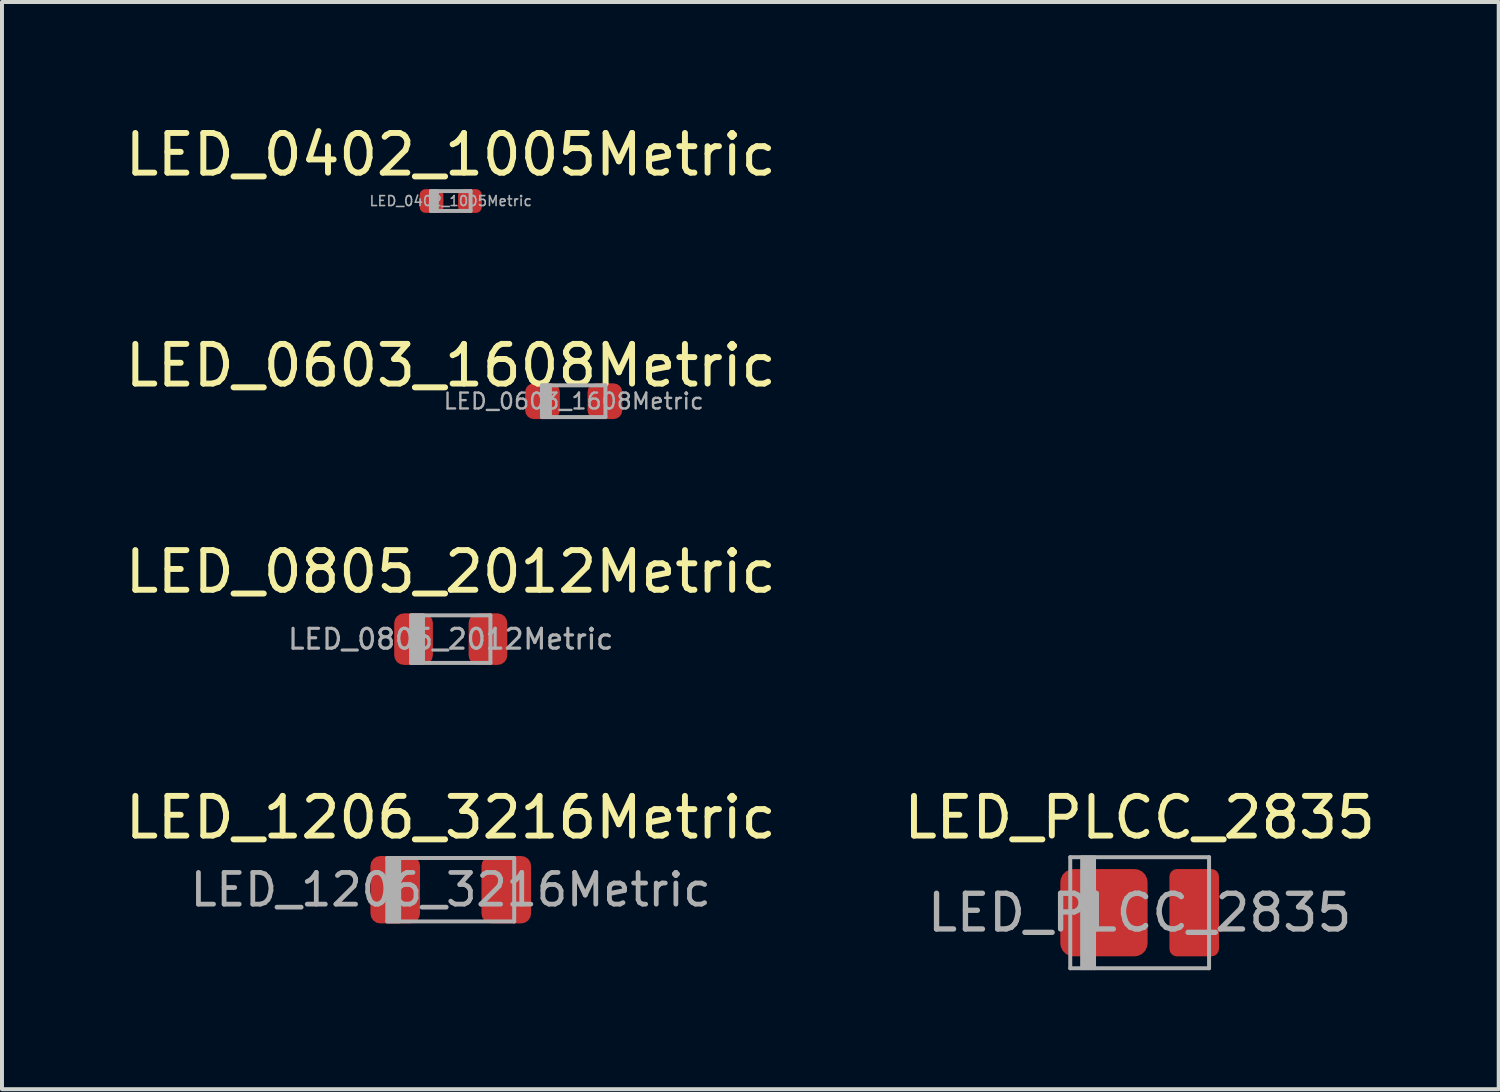
<source format=kicad_pcb>
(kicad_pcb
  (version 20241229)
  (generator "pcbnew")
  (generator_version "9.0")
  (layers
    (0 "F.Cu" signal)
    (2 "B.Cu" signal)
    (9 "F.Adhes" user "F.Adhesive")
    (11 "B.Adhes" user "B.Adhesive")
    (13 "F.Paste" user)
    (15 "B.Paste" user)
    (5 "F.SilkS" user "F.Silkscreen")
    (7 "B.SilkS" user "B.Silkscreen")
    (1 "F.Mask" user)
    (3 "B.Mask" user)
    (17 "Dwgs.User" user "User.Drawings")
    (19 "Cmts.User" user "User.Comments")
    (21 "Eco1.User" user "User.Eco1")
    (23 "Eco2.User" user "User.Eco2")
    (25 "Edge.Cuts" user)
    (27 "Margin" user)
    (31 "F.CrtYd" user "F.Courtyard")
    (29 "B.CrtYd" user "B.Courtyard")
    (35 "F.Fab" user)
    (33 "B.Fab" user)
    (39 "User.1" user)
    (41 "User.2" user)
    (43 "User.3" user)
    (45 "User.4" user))
  (footprint "LED_PLCC_2835"
    (layer "F.Cu")
    (at 25.685 19.963)
    (property "Reference" "LED_PLCC_2835" (at 0 -2.4 0) (layer "F.SilkS") (effects (font (size 1 1) (thickness 0.15))))
    (attr smd)
    (fp_line (start -1.75 -1.4) (end 1.75 -1.4) (stroke (width 0.1) (type solid)) (layer "F.Fab"))
    (fp_line (start -1.75 1.4) (end -1.75 -1.4) (stroke (width 0.1) (type solid)) (layer "F.Fab"))
    (fp_line (start -1.45 1.4) (end -1.45 -1.4) (stroke (width 0.1) (type solid)) (layer "F.Fab"))
    (fp_line (start -1.375 1.4) (end -1.375 -1.4) (stroke (width 0.1) (type solid)) (layer "F.Fab"))
    (fp_line (start -1.3 1.4) (end -1.3 -1.4) (stroke (width 0.1) (type solid)) (layer "F.Fab"))
    (fp_line (start -1.225 1.4) (end -1.225 -1.4) (stroke (width 0.1) (type solid)) (layer "F.Fab"))
    (fp_line (start -1.15 1.4) (end -1.15 -1.4) (stroke (width 0.1) (type solid)) (layer "F.Fab"))
    (fp_line (start 1.75 -1.4) (end 1.75 1.4) (stroke (width 0.1) (type solid)) (layer "F.Fab"))
    (fp_line (start 1.75 1.4) (end -1.75 1.4) (stroke (width 0.1) (type solid)) (layer "F.Fab"))
    (fp_text user "${REFERENCE}" (at 0 0 0) (layer "F.Fab") (effects (font (size 0.9 0.9) (thickness 0.135))))
    (pad "1" smd roundrect (at -0.9 0) (size 2.2 2.2) (layers "F.Cu" "F.Mask" "F.Paste") (roundrect_rratio 0.15))
    (pad "2" smd roundrect (at 1.375 0) (size 1.25 2.2) (layers "F.Cu" "F.Mask" "F.Paste") (roundrect_rratio 0.15)))
  (footprint "LED_0805_2012Metric"
    (layer "F.Cu")
    (at 8.315 13.065)
    (property "Reference" "LED_0805_2012Metric" (at 0 -1.7 0) (layer "F.SilkS") (effects (font (size 1 1) (thickness 0.15))))
    (attr smd)
    (fp_line (start -1 -0.6) (end -1 0.6) (stroke (width 0.1) (type solid)) (layer "F.Fab"))
    (fp_line (start -1 0.6) (end 1 0.6) (stroke (width 0.1) (type solid)) (layer "F.Fab"))
    (fp_line (start -0.95 0.6) (end -0.95 -0.6) (stroke (width 0.1) (type solid)) (layer "F.Fab"))
    (fp_line (start -0.9 0.6) (end -0.9 -0.6) (stroke (width 0.1) (type solid)) (layer "F.Fab"))
    (fp_line (start -0.85 0.6) (end -0.85 -0.6) (stroke (width 0.1) (type solid)) (layer "F.Fab"))
    (fp_line (start -0.8 0.6) (end -0.8 -0.6) (stroke (width 0.1) (type solid)) (layer "F.Fab"))
    (fp_line (start -0.75 0.6) (end -0.75 -0.6) (stroke (width 0.1) (type solid)) (layer "F.Fab"))
    (fp_line (start -0.7 0.6) (end -0.7 -0.6) (stroke (width 0.1) (type solid)) (layer "F.Fab"))
    (fp_line (start 1 -0.6) (end -1 -0.6) (stroke (width 0.1) (type solid)) (layer "F.Fab"))
    (fp_line (start 1 0.6) (end 1 -0.6) (stroke (width 0.1) (type solid)) (layer "F.Fab"))
    (fp_text user "${REFERENCE}" (at 0 0 0) (layer "F.Fab") (effects (font (size 0.5 0.5) (thickness 0.08))))
    (pad "1" smd roundrect (at -0.938 0) (size 0.975 1.3) (layers "F.Cu" "F.Mask" "F.Paste") (roundrect_rratio 0.25))
    (pad "2" smd roundrect (at 0.938 0) (size 0.975 1.3) (layers "F.Cu" "F.Mask" "F.Paste") (roundrect_rratio 0.25)))
  (footprint "LED_0402_1005Metric"
    (layer "F.Cu")
    (at 8.315 2.018)
    (property "Reference" "LED_0402_1005Metric" (at 0 -1.17 0) (layer "F.SilkS") (effects (font (size 1 1) (thickness 0.15))))
    (attr smd)
    (fp_line (start -0.5 -0.25) (end 0.5 -0.25) (stroke (width 0.1) (type solid)) (layer "F.Fab"))
    (fp_line (start -0.5 0.25) (end -0.5 -0.25) (stroke (width 0.1) (type solid)) (layer "F.Fab"))
    (fp_line (start -0.45 0.25) (end -0.45 -0.25) (stroke (width 0.1) (type solid)) (layer "F.Fab"))
    (fp_line (start -0.4 0.25) (end -0.4 -0.25) (stroke (width 0.1) (type solid)) (layer "F.Fab"))
    (fp_line (start -0.35 0.25) (end -0.35 -0.25) (stroke (width 0.1) (type solid)) (layer "F.Fab"))
    (fp_line (start 0.5 -0.25) (end 0.5 0.25) (stroke (width 0.1) (type solid)) (layer "F.Fab"))
    (fp_line (start 0.5 0.25) (end -0.5 0.25) (stroke (width 0.1) (type solid)) (layer "F.Fab"))
    (fp_text user "${REFERENCE}" (at 0 0 0) (layer "F.Fab") (effects (font (size 0.25 0.25) (thickness 0.04))))
    (pad "" smd roundrect (at -0.5 0) (size 0.4 0.5) (layers "F.Paste") (roundrect_rratio 0.25))
    (pad "" smd roundrect (at 0.5 0) (size 0.4 0.5) (layers "F.Paste") (roundrect_rratio 0.25))
    (pad "1" smd roundrect (at -0.485 0) (size 0.6 0.6) (layers "F.Cu" "F.Mask") (roundrect_rratio 0.25))
    (pad "2" smd roundrect (at 0.485 0) (size 0.6 0.6) (layers "F.Cu" "F.Mask") (roundrect_rratio 0.25)))
  (footprint "LED_1206_3216Metric"
    (layer "F.Cu")
    (at 8.315 19.383)
    (property "Reference" "LED_1206_3216Metric" (at 0 -1.82 0) (layer "F.SilkS") (effects (font (size 1 1) (thickness 0.15))))
    (attr smd)
    (fp_line (start -1.6 -0.8) (end -1.6 0.8) (stroke (width 0.1) (type solid)) (layer "F.Fab"))
    (fp_line (start -1.6 0.8) (end 1.6 0.8) (stroke (width 0.1) (type solid)) (layer "F.Fab"))
    (fp_line (start -1.55 0.8) (end -1.55 -0.8) (stroke (width 0.1) (type solid)) (layer "F.Fab"))
    (fp_line (start -1.5 0.8) (end -1.5 -0.8) (stroke (width 0.1) (type solid)) (layer "F.Fab"))
    (fp_line (start -1.45 0.8) (end -1.45 -0.8) (stroke (width 0.1) (type solid)) (layer "F.Fab"))
    (fp_line (start -1.4 0.8) (end -1.4 -0.8) (stroke (width 0.1) (type solid)) (layer "F.Fab"))
    (fp_line (start -1.35 0.8) (end -1.35 -0.8) (stroke (width 0.1) (type solid)) (layer "F.Fab"))
    (fp_line (start -1.3 0.8) (end -1.3 -0.8) (stroke (width 0.1) (type solid)) (layer "F.Fab"))
    (fp_line (start 1.6 -0.8) (end -1.6 -0.8) (stroke (width 0.1) (type solid)) (layer "F.Fab"))
    (fp_line (start 1.6 0.8) (end 1.6 -0.8) (stroke (width 0.1) (type solid)) (layer "F.Fab"))
    (fp_text user "${REFERENCE}" (at 0 0 0) (layer "F.Fab") (effects (font (size 0.8 0.8) (thickness 0.12))))
    (pad "1" smd roundrect (at -1.4 0) (size 1.25 1.7) (layers "F.Cu" "F.Mask" "F.Paste") (roundrect_rratio 0.2))
    (pad "2" smd roundrect (at 1.4 0) (size 1.25 1.7) (layers "F.Cu" "F.Mask" "F.Paste") (roundrect_rratio 0.2)))
  (footprint "LED_0603_1608Metric"
    (layer "F.Cu")
    (at 11.415 7.066)
    (property "Reference" "LED_0603_1608Metric" (at -3.1 -0.9 0) (layer "F.SilkS") (effects (font (size 1 1) (thickness 0.15))))
    (attr smd)
    (fp_line (start -0.8 -0.4) (end -0.8 0.4) (stroke (width 0.1) (type solid)) (layer "F.Fab"))
    (fp_line (start -0.8 0.4) (end 0.8 0.4) (stroke (width 0.1) (type solid)) (layer "F.Fab"))
    (fp_line (start -0.75 0.4) (end -0.75 -0.4) (stroke (width 0.1) (type solid)) (layer "F.Fab"))
    (fp_line (start -0.7 0.4) (end -0.7 -0.4) (stroke (width 0.1) (type solid)) (layer "F.Fab"))
    (fp_line (start -0.65 0.4) (end -0.65 -0.4) (stroke (width 0.1) (type solid)) (layer "F.Fab"))
    (fp_line (start -0.6 0.4) (end -0.6 -0.4) (stroke (width 0.1) (type solid)) (layer "F.Fab"))
    (fp_line (start 0.8 -0.4) (end -0.8 -0.4) (stroke (width 0.1) (type solid)) (layer "F.Fab"))
    (fp_line (start 0.8 0.4) (end 0.8 -0.4) (stroke (width 0.1) (type solid)) (layer "F.Fab"))
    (fp_text user "${REFERENCE}" (at 0 0 0) (layer "F.Fab") (effects (font (size 0.4 0.4) (thickness 0.06))))
    (pad "" smd roundrect (at -0.8 0) (size 0.6 0.7) (layers "F.Paste") (roundrect_rratio 0.25))
    (pad "" smd roundrect (at 0.8 0) (size 0.6 0.7) (layers "F.Paste") (roundrect_rratio 0.25))
    (pad "1" smd roundrect (at -0.787 0) (size 0.875 0.9) (layers "F.Cu" "F.Mask") (roundrect_rratio 0.25))
    (pad "2" smd roundrect (at 0.787 0) (size 0.875 0.9) (layers "F.Cu" "F.Mask") (roundrect_rratio 0.25)))
  (gr_rect
    (start -3 -3)
    (end 34.738 24.413)
    (stroke (width 0.1) (type default))
    (fill no)
    (layer "Edge.Cuts")))
</source>
